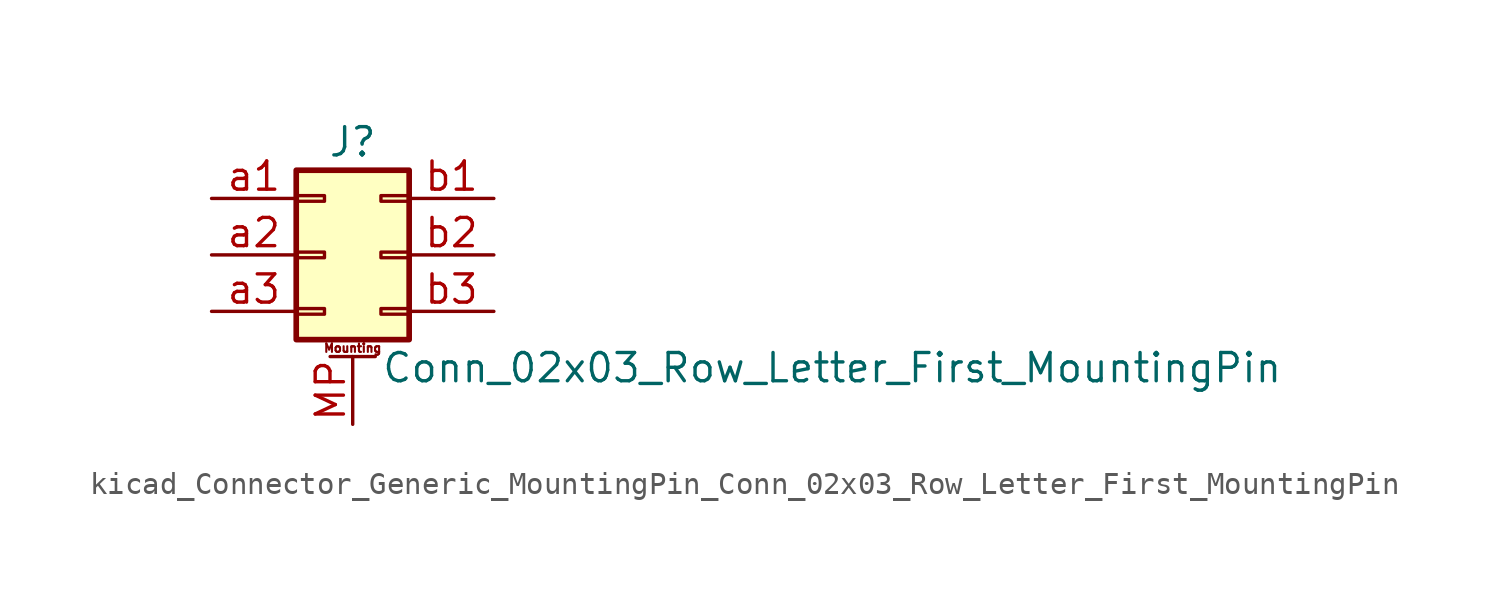
<source format=kicad_sym>
(kicad_symbol_lib
  (version 20220914)
  (generator kicad_symbol_editor)
  (symbol "kicad_Connector_Generic_MountingPin_Conn_02x03_Row_Letter_First_MountingPin"
    (pin_names
      (offset 1.016) hide)
    (property "Reference" "J"
      (at 1.27 5.08 0)
      (effects (font (size 1.27 1.27))))
    (property "Value" "Conn_02x03_Row_Letter_First_MountingPin"
      (at 2.54 -5.08 0)
      (effects (font (size 1.27 1.27)) (justify left)))
    (symbol "kicad_Connector_Generic_MountingPin_Conn_02x03_Row_Letter_First_MountingPin_1_1"
      (rectangle (start -1.27 -2.413) (end 0 -2.667) (stroke (width 0.152) (type default)) (fill (type none)))
      (rectangle (start -1.27 0.127) (end 0 -0.127) (stroke (width 0.152) (type default)) (fill (type none)))
      (rectangle (start -1.27 2.667) (end 0 2.413) (stroke (width 0.152) (type default)) (fill (type none)))
      (rectangle (start -1.27 3.81) (end 3.81 -3.81) (stroke (width 0.254) (type default)) (fill (type background)))
      (polyline (pts (xy 0.254 -4.572) (xy 2.286 -4.572)) (stroke (width 0.152) (type default)) (fill (type none)))
      (rectangle (start 3.81 -2.413) (end 2.54 -2.667) (stroke (width 0.152) (type default)) (fill (type none)))
      (rectangle (start 3.81 0.127) (end 2.54 -0.127) (stroke (width 0.152) (type default)) (fill (type none)))
      (rectangle (start 3.81 2.667) (end 2.54 2.413) (stroke (width 0.152) (type default)) (fill (type none)))
      (text "Mounting" (at 1.27 -4.191 0) (effects (font (size 0.381 0.381))))
      (pin passive line (at 1.27 -7.62 90) (length 3.048) (name "MountPin" (effects (font (size 1.27 1.27)))) (number "MP" (effects (font (size 1.27 1.27)))))
      (pin passive line (at -5.08 2.54 0) (length 3.81) (name "Pin_a1" (effects (font (size 1.27 1.27)))) (number "a1" (effects (font (size 1.27 1.27)))))
      (pin passive line (at -5.08 0 0) (length 3.81) (name "Pin_a2" (effects (font (size 1.27 1.27)))) (number "a2" (effects (font (size 1.27 1.27)))))
      (pin passive line (at -5.08 -2.54 0) (length 3.81) (name "Pin_a3" (effects (font (size 1.27 1.27)))) (number "a3" (effects (font (size 1.27 1.27)))))
      (pin passive line (at 7.62 2.54 180) (length 3.81) (name "Pin_b1" (effects (font (size 1.27 1.27)))) (number "b1" (effects (font (size 1.27 1.27)))))
      (pin passive line (at 7.62 0 180) (length 3.81) (name "Pin_b2" (effects (font (size 1.27 1.27)))) (number "b2" (effects (font (size 1.27 1.27)))))
      (pin passive line (at 7.62 -2.54 180) (length 3.81) (name "Pin_b3" (effects (font (size 1.27 1.27)))) (number "b3" (effects (font (size 1.27 1.27))))))))
</source>
